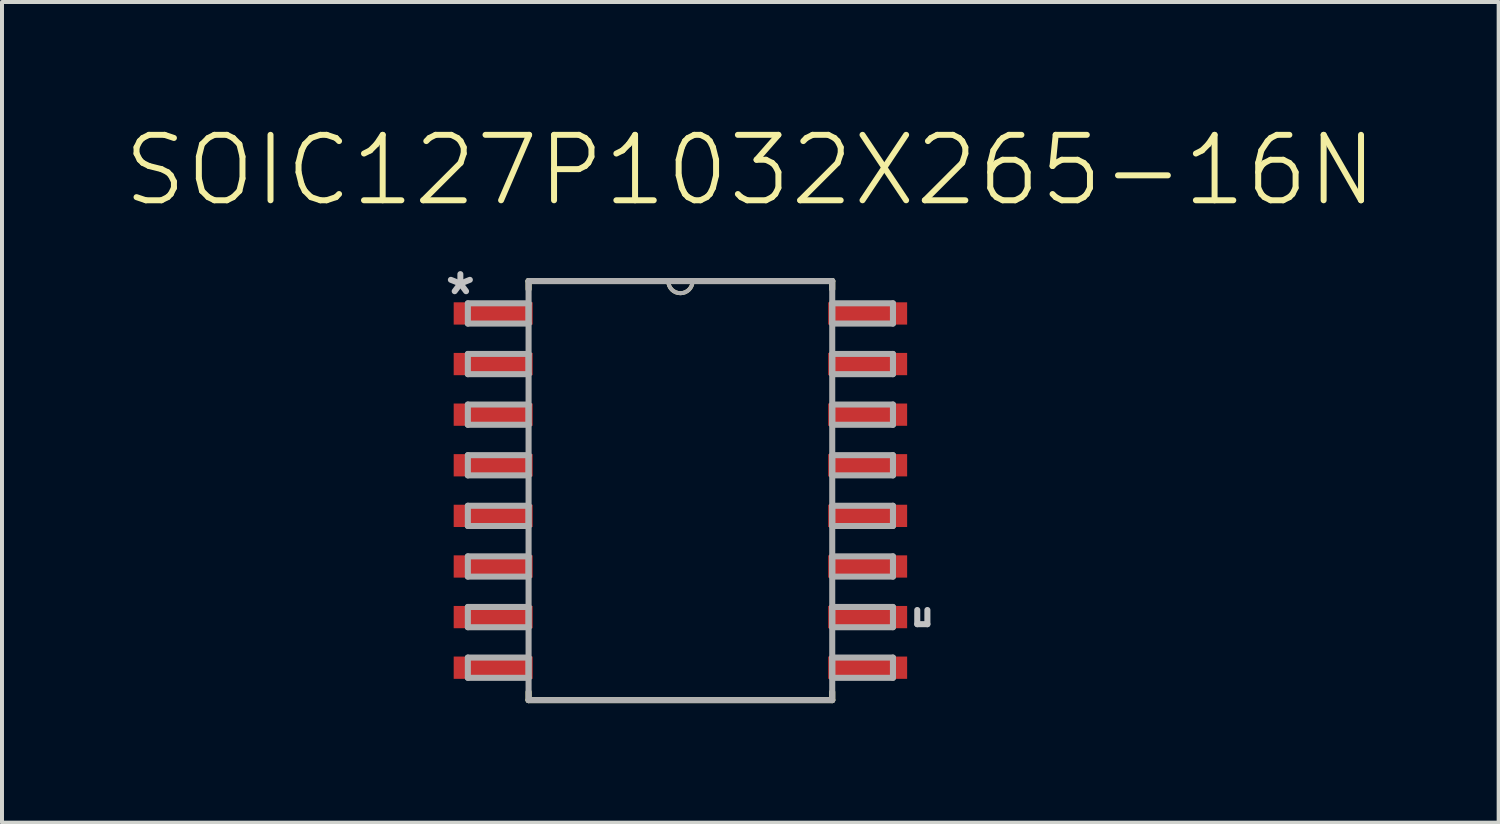
<source format=kicad_pcb>
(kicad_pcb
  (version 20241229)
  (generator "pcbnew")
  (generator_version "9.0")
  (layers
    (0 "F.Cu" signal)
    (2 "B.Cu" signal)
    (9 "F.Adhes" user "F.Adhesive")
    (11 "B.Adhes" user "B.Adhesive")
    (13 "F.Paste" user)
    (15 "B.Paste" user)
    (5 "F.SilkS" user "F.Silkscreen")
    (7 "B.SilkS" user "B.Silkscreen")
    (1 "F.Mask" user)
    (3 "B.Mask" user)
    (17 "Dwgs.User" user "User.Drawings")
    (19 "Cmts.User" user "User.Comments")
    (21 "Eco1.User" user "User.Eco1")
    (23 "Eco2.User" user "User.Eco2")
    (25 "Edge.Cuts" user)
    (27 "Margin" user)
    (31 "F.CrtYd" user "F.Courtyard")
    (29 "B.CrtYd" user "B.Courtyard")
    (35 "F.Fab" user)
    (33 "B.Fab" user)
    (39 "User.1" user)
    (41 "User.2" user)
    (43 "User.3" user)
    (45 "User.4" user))
  (footprint "SOIC127P1032X265-16N"
    (layer "F.Cu")
    (at 14.025 9.261)
    (property "Reference" "SOIC127P1032X265-16N" (at 1.755 -8.037 0) (layer "F.SilkS") (effects (font (size 1.642 1.642) (thickness 0.15))))
    (attr smd)
    (fp_line (start -3.81 -5.258) (end -3.81 -5.055) (stroke (width 0.152) (type solid)) (layer "F.SilkS"))
    (fp_line (start -3.81 5.055) (end -3.81 5.258) (stroke (width 0.152) (type solid)) (layer "F.SilkS"))
    (fp_line (start -3.81 5.258) (end 3.81 5.258) (stroke (width 0.152) (type solid)) (layer "F.SilkS"))
    (fp_line (start -0.305 -5.258) (end -3.81 -5.258) (stroke (width 0.152) (type solid)) (layer "F.SilkS"))
    (fp_line (start 0.305 -5.258) (end -0.305 -5.258) (stroke (width 0.152) (type solid)) (layer "F.SilkS"))
    (fp_line (start 3.81 -5.258) (end 0.305 -5.258) (stroke (width 0.152) (type solid)) (layer "F.SilkS"))
    (fp_line (start 3.81 -5.055) (end 3.81 -5.258) (stroke (width 0.152) (type solid)) (layer "F.SilkS"))
    (fp_line (start 3.81 5.258) (end 3.81 5.055) (stroke (width 0.152) (type solid)) (layer "F.SilkS"))
    (fp_arc (start 0.3048 -5.2578) (mid 0 -4.953) (end -0.3048 -5.2578) (stroke (width 0.1) (type solid)) (layer "F.SilkS"))
    (fp_line (start 5.944 3.353) (end 5.944 2.997) (stroke (width 0.152) (type solid)) (layer "Dwgs.User"))
    (fp_line (start 6.198 2.997) (end 6.198 3.353) (stroke (width 0.152) (type solid)) (layer "Dwgs.User"))
    (fp_line (start 6.198 3.353) (end 5.944 3.353) (stroke (width 0.152) (type solid)) (layer "Dwgs.User"))
    (fp_line (start -5.334 -4.699) (end -5.334 -4.191) (stroke (width 0.152) (type solid)) (layer "F.Fab"))
    (fp_line (start -5.334 -4.191) (end -3.81 -4.191) (stroke (width 0.152) (type solid)) (layer "F.Fab"))
    (fp_line (start -5.334 -3.429) (end -5.334 -2.921) (stroke (width 0.152) (type solid)) (layer "F.Fab"))
    (fp_line (start -5.334 -2.921) (end -3.81 -2.921) (stroke (width 0.152) (type solid)) (layer "F.Fab"))
    (fp_line (start -5.334 -2.159) (end -5.334 -1.651) (stroke (width 0.152) (type solid)) (layer "F.Fab"))
    (fp_line (start -5.334 -1.651) (end -3.81 -1.651) (stroke (width 0.152) (type solid)) (layer "F.Fab"))
    (fp_line (start -5.334 -0.889) (end -5.334 -0.381) (stroke (width 0.152) (type solid)) (layer "F.Fab"))
    (fp_line (start -5.334 -0.381) (end -3.81 -0.381) (stroke (width 0.152) (type solid)) (layer "F.Fab"))
    (fp_line (start -5.334 0.381) (end -5.334 0.889) (stroke (width 0.152) (type solid)) (layer "F.Fab"))
    (fp_line (start -5.334 0.889) (end -3.81 0.889) (stroke (width 0.152) (type solid)) (layer "F.Fab"))
    (fp_line (start -5.334 1.651) (end -5.334 2.159) (stroke (width 0.152) (type solid)) (layer "F.Fab"))
    (fp_line (start -5.334 2.159) (end -3.81 2.159) (stroke (width 0.152) (type solid)) (layer "F.Fab"))
    (fp_line (start -5.334 2.921) (end -5.334 3.429) (stroke (width 0.152) (type solid)) (layer "F.Fab"))
    (fp_line (start -5.334 3.429) (end -3.81 3.429) (stroke (width 0.152) (type solid)) (layer "F.Fab"))
    (fp_line (start -5.334 4.191) (end -5.334 4.699) (stroke (width 0.152) (type solid)) (layer "F.Fab"))
    (fp_line (start -5.334 4.699) (end -3.81 4.699) (stroke (width 0.152) (type solid)) (layer "F.Fab"))
    (fp_line (start -3.81 -5.258) (end -3.81 5.258) (stroke (width 0.152) (type solid)) (layer "F.Fab"))
    (fp_line (start -3.81 -4.699) (end -5.334 -4.699) (stroke (width 0.152) (type solid)) (layer "F.Fab"))
    (fp_line (start -3.81 -4.191) (end -3.81 -4.699) (stroke (width 0.152) (type solid)) (layer "F.Fab"))
    (fp_line (start -3.81 -3.429) (end -5.334 -3.429) (stroke (width 0.152) (type solid)) (layer "F.Fab"))
    (fp_line (start -3.81 -2.921) (end -3.81 -3.429) (stroke (width 0.152) (type solid)) (layer "F.Fab"))
    (fp_line (start -3.81 -2.159) (end -5.334 -2.159) (stroke (width 0.152) (type solid)) (layer "F.Fab"))
    (fp_line (start -3.81 -1.651) (end -3.81 -2.159) (stroke (width 0.152) (type solid)) (layer "F.Fab"))
    (fp_line (start -3.81 -0.889) (end -5.334 -0.889) (stroke (width 0.152) (type solid)) (layer "F.Fab"))
    (fp_line (start -3.81 -0.381) (end -3.81 -0.889) (stroke (width 0.152) (type solid)) (layer "F.Fab"))
    (fp_line (start -3.81 0.381) (end -5.334 0.381) (stroke (width 0.152) (type solid)) (layer "F.Fab"))
    (fp_line (start -3.81 0.889) (end -3.81 0.381) (stroke (width 0.152) (type solid)) (layer "F.Fab"))
    (fp_line (start -3.81 1.651) (end -5.334 1.651) (stroke (width 0.152) (type solid)) (layer "F.Fab"))
    (fp_line (start -3.81 2.159) (end -3.81 1.651) (stroke (width 0.152) (type solid)) (layer "F.Fab"))
    (fp_line (start -3.81 2.921) (end -5.334 2.921) (stroke (width 0.152) (type solid)) (layer "F.Fab"))
    (fp_line (start -3.81 3.429) (end -3.81 2.921) (stroke (width 0.152) (type solid)) (layer "F.Fab"))
    (fp_line (start -3.81 4.191) (end -5.334 4.191) (stroke (width 0.152) (type solid)) (layer "F.Fab"))
    (fp_line (start -3.81 4.699) (end -3.81 4.191) (stroke (width 0.152) (type solid)) (layer "F.Fab"))
    (fp_line (start -3.81 5.258) (end 3.81 5.258) (stroke (width 0.152) (type solid)) (layer "F.Fab"))
    (fp_line (start -0.305 -5.258) (end -3.81 -5.258) (stroke (width 0.152) (type solid)) (layer "F.Fab"))
    (fp_line (start 0.305 -5.258) (end -0.305 -5.258) (stroke (width 0.152) (type solid)) (layer "F.Fab"))
    (fp_line (start 3.81 -5.258) (end 0.305 -5.258) (stroke (width 0.152) (type solid)) (layer "F.Fab"))
    (fp_line (start 3.81 -4.699) (end 3.81 -4.191) (stroke (width 0.152) (type solid)) (layer "F.Fab"))
    (fp_line (start 3.81 -4.191) (end 5.334 -4.191) (stroke (width 0.152) (type solid)) (layer "F.Fab"))
    (fp_line (start 3.81 -3.429) (end 3.81 -2.921) (stroke (width 0.152) (type solid)) (layer "F.Fab"))
    (fp_line (start 3.81 -2.921) (end 5.334 -2.921) (stroke (width 0.152) (type solid)) (layer "F.Fab"))
    (fp_line (start 3.81 -2.159) (end 3.81 -1.651) (stroke (width 0.152) (type solid)) (layer "F.Fab"))
    (fp_line (start 3.81 -1.651) (end 5.334 -1.651) (stroke (width 0.152) (type solid)) (layer "F.Fab"))
    (fp_line (start 3.81 -0.889) (end 3.81 -0.381) (stroke (width 0.152) (type solid)) (layer "F.Fab"))
    (fp_line (start 3.81 -0.381) (end 5.334 -0.381) (stroke (width 0.152) (type solid)) (layer "F.Fab"))
    (fp_line (start 3.81 0.381) (end 3.81 0.889) (stroke (width 0.152) (type solid)) (layer "F.Fab"))
    (fp_line (start 3.81 0.889) (end 5.334 0.889) (stroke (width 0.152) (type solid)) (layer "F.Fab"))
    (fp_line (start 3.81 1.651) (end 3.81 2.159) (stroke (width 0.152) (type solid)) (layer "F.Fab"))
    (fp_line (start 3.81 2.159) (end 5.334 2.159) (stroke (width 0.152) (type solid)) (layer "F.Fab"))
    (fp_line (start 3.81 2.921) (end 3.81 3.429) (stroke (width 0.152) (type solid)) (layer "F.Fab"))
    (fp_line (start 3.81 3.429) (end 5.334 3.429) (stroke (width 0.152) (type solid)) (layer "F.Fab"))
    (fp_line (start 3.81 4.191) (end 3.81 4.699) (stroke (width 0.152) (type solid)) (layer "F.Fab"))
    (fp_line (start 3.81 4.699) (end 5.334 4.699) (stroke (width 0.152) (type solid)) (layer "F.Fab"))
    (fp_line (start 3.81 5.258) (end 3.81 -5.258) (stroke (width 0.152) (type solid)) (layer "F.Fab"))
    (fp_line (start 5.334 -4.699) (end 3.81 -4.699) (stroke (width 0.152) (type solid)) (layer "F.Fab"))
    (fp_line (start 5.334 -4.191) (end 5.334 -4.699) (stroke (width 0.152) (type solid)) (layer "F.Fab"))
    (fp_line (start 5.334 -3.429) (end 3.81 -3.429) (stroke (width 0.152) (type solid)) (layer "F.Fab"))
    (fp_line (start 5.334 -2.921) (end 5.334 -3.429) (stroke (width 0.152) (type solid)) (layer "F.Fab"))
    (fp_line (start 5.334 -2.159) (end 3.81 -2.159) (stroke (width 0.152) (type solid)) (layer "F.Fab"))
    (fp_line (start 5.334 -1.651) (end 5.334 -2.159) (stroke (width 0.152) (type solid)) (layer "F.Fab"))
    (fp_line (start 5.334 -0.889) (end 3.81 -0.889) (stroke (width 0.152) (type solid)) (layer "F.Fab"))
    (fp_line (start 5.334 -0.381) (end 5.334 -0.889) (stroke (width 0.152) (type solid)) (layer "F.Fab"))
    (fp_line (start 5.334 0.381) (end 3.81 0.381) (stroke (width 0.152) (type solid)) (layer "F.Fab"))
    (fp_line (start 5.334 0.889) (end 5.334 0.381) (stroke (width 0.152) (type solid)) (layer "F.Fab"))
    (fp_line (start 5.334 1.651) (end 3.81 1.651) (stroke (width 0.152) (type solid)) (layer "F.Fab"))
    (fp_line (start 5.334 2.159) (end 5.334 1.651) (stroke (width 0.152) (type solid)) (layer "F.Fab"))
    (fp_line (start 5.334 2.921) (end 3.81 2.921) (stroke (width 0.152) (type solid)) (layer "F.Fab"))
    (fp_line (start 5.334 3.429) (end 5.334 2.921) (stroke (width 0.152) (type solid)) (layer "F.Fab"))
    (fp_line (start 5.334 4.191) (end 3.81 4.191) (stroke (width 0.152) (type solid)) (layer "F.Fab"))
    (fp_line (start 5.334 4.699) (end 5.334 4.191) (stroke (width 0.152) (type solid)) (layer "F.Fab"))
    (fp_arc (start 0.3048 -5.2578) (mid 0 -4.953) (end -0.3048 -5.2578) (stroke (width 0.1) (type solid)) (layer "F.Fab"))
    (fp_text user "*" (at -5.522 -4.886 0) (layer "Dwgs.User") (effects (font (size 1.002 1.002) (thickness 0.15))))
    (pad "1" smd rect (at -4.699 -4.445) (size 1.981 0.559) (layers "F.Cu" "F.Mask" "F.Paste"))
    (pad "2" smd rect (at -4.699 -3.175) (size 1.981 0.559) (layers "F.Cu" "F.Mask" "F.Paste"))
    (pad "3" smd rect (at -4.699 -1.905) (size 1.981 0.559) (layers "F.Cu" "F.Mask" "F.Paste"))
    (pad "4" smd rect (at -4.699 -0.635) (size 1.981 0.559) (layers "F.Cu" "F.Mask" "F.Paste"))
    (pad "5" smd rect (at -4.699 0.635) (size 1.981 0.559) (layers "F.Cu" "F.Mask" "F.Paste"))
    (pad "6" smd rect (at -4.699 1.905) (size 1.981 0.559) (layers "F.Cu" "F.Mask" "F.Paste"))
    (pad "7" smd rect (at -4.699 3.175) (size 1.981 0.559) (layers "F.Cu" "F.Mask" "F.Paste"))
    (pad "8" smd rect (at -4.699 4.445) (size 1.981 0.559) (layers "F.Cu" "F.Mask" "F.Paste"))
    (pad "9" smd rect (at 4.699 4.445) (size 1.981 0.559) (layers "F.Cu" "F.Mask" "F.Paste"))
    (pad "10" smd rect (at 4.699 3.175) (size 1.981 0.559) (layers "F.Cu" "F.Mask" "F.Paste"))
    (pad "11" smd rect (at 4.699 1.905) (size 1.981 0.559) (layers "F.Cu" "F.Mask" "F.Paste"))
    (pad "12" smd rect (at 4.699 0.635) (size 1.981 0.559) (layers "F.Cu" "F.Mask" "F.Paste"))
    (pad "13" smd rect (at 4.699 -0.635) (size 1.981 0.559) (layers "F.Cu" "F.Mask" "F.Paste"))
    (pad "14" smd rect (at 4.699 -1.905) (size 1.981 0.559) (layers "F.Cu" "F.Mask" "F.Paste"))
    (pad "15" smd rect (at 4.699 -3.175) (size 1.981 0.559) (layers "F.Cu" "F.Mask" "F.Paste"))
    (pad "16" smd rect (at 4.699 -4.445) (size 1.981 0.559) (layers "F.Cu" "F.Mask" "F.Paste")))
  (gr_rect
    (start -3 -3)
    (end 34.559 17.595)
    (stroke (width 0.1) (type default))
    (fill no)
    (layer "Edge.Cuts")))
</source>
